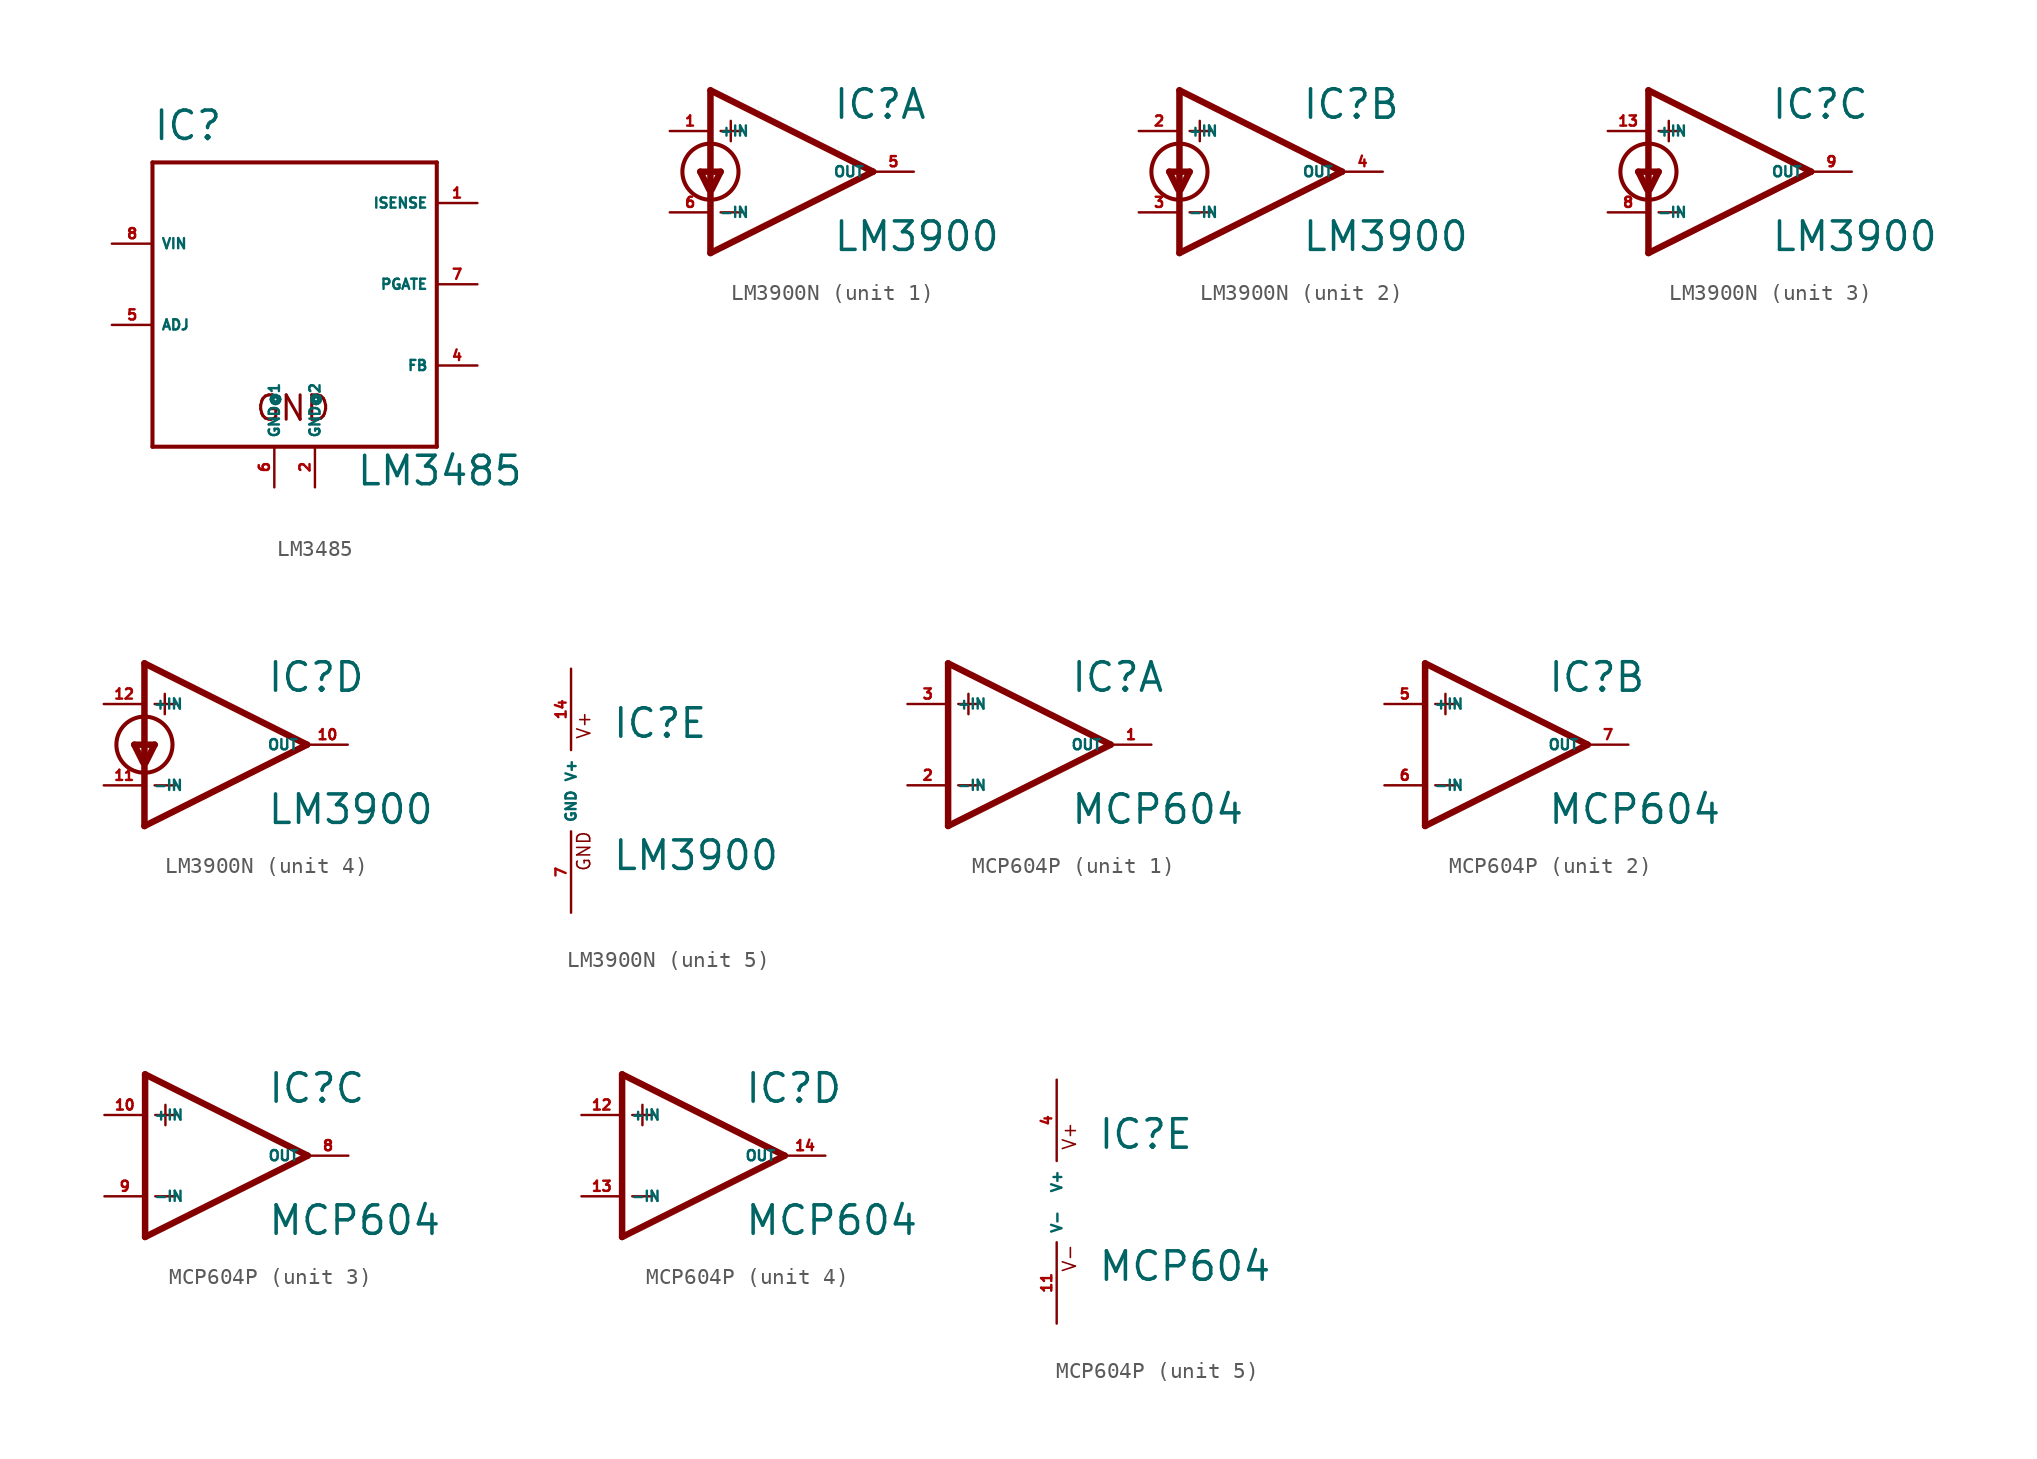
<source format=kicad_sym>
(kicad_symbol_lib
  (version 20220914)
  (generator Eagle2Kicad)
  (symbol "LM3485"
    (property "Reference" "IC"
      (at -7.62 8.89 0)
      (effects (font (size 1.778 1.778) (thickness 0.22)) (justify left bottom)))
    (property "Value" "LM3485"
      (at 5.08 -12.7 0)
      (effects (font (size 1.778 1.778) (thickness 0.22)) (justify left bottom)))
    (polyline
      (pts (xy -7.62 -10.16) (xy 10.16 -10.16))
      (stroke (width 0.254) (type default))
      (fill (type none)))
    (polyline
      (pts (xy 10.16 -10.16) (xy 10.16 7.62))
      (stroke (width 0.254) (type default))
      (fill (type none)))
    (polyline
      (pts (xy 10.16 7.62) (xy -7.62 7.62))
      (stroke (width 0.254) (type default))
      (fill (type none)))
    (polyline
      (pts (xy -7.62 7.62) (xy -7.62 -10.16))
      (stroke (width 0.254) (type default))
      (fill (type none)))
    (text "GND"
      (at -1.27 -8.636 0)
      (effects (font (size 1.524 1.524) (thickness 0.19)) (justify left bottom)))
    (pin input line
      (at 12.7 5.08 180)
      (length 2.54)
      (name "ISENSE" (effects (font (size 0.635 0.635) (thickness 0.08)) (justify left bottom)))
      (number "1" (effects (font (size 0.635 0.635) (thickness 0.08)) (justify left bottom))))
    (pin input line
      (at -10.16 -2.54 0)
      (length 2.54)
      (name "ADJ" (effects (font (size 0.635 0.635) (thickness 0.08)) (justify left bottom)))
      (number "5" (effects (font (size 0.635 0.635) (thickness 0.08)) (justify left bottom))))
    (pin input line
      (at -10.16 2.54 0)
      (length 2.54)
      (name "VIN" (effects (font (size 0.635 0.635) (thickness 0.08)) (justify left bottom)))
      (number "8" (effects (font (size 0.635 0.635) (thickness 0.08)) (justify left bottom))))
    (pin output line
      (at 12.7 0 180)
      (length 2.54)
      (name "PGATE" (effects (font (size 0.635 0.635) (thickness 0.08)) (justify left bottom)))
      (number "7" (effects (font (size 0.635 0.635) (thickness 0.08)) (justify left bottom))))
    (pin input line
      (at 12.7 -5.08 180)
      (length 2.54)
      (name "FB" (effects (font (size 0.635 0.635) (thickness 0.08)) (justify left bottom)))
      (number "4" (effects (font (size 0.635 0.635) (thickness 0.08)) (justify left bottom))))
    (pin unspecified line
      (at 0 -12.7 90)
      (length 2.54)
      (name "GND@1" (effects (font (size 0.635 0.635) (thickness 0.08)) (justify left bottom)))
      (number "6" (effects (font (size 0.635 0.635) (thickness 0.08)) (justify left bottom))))
    (pin unspecified line
      (at 2.54 -12.7 90)
      (length 2.54)
      (name "GND@2" (effects (font (size 0.635 0.635) (thickness 0.08)) (justify left bottom)))
      (number "2" (effects (font (size 0.635 0.635) (thickness 0.08)) (justify left bottom)))))
  (symbol "LM3900N"
    (property "Reference" "IC"
      (at 2.54 3.175 0)
      (effects (font (size 1.778 1.778) (thickness 0.22)) (justify left bottom)))
    (property "Value" "LM3900"
      (at 2.54 -5.08 0)
      (effects (font (size 1.778 1.778) (thickness 0.22)) (justify left bottom)))
    (symbol "LM3900N_1_0"
      (polyline (pts (xy -5.08 5.08) (xy -5.08 -5.08)) (stroke (width 0.406) (type default)) (fill (type none)))
      (polyline (pts (xy -5.08 -5.08) (xy 5.08 0)) (stroke (width 0.406) (type default)) (fill (type none)))
      (polyline (pts (xy 5.08 0) (xy -5.08 5.08)) (stroke (width 0.406) (type default)) (fill (type none)))
      (polyline (pts (xy -3.81 3.175) (xy -3.81 1.905)) (stroke (width 0.152) (type default)) (fill (type none)))
      (polyline (pts (xy -4.445 2.54) (xy -3.175 2.54)) (stroke (width 0.152) (type default)) (fill (type none)))
      (polyline (pts (xy -4.445 -2.54) (xy -3.175 -2.54)) (stroke (width 0.152) (type default)) (fill (type none)))
      (polyline (pts (xy -4.445 0) (xy -5.004 -1.118)) (stroke (width 0.406) (type default)) (fill (type none)))
      (polyline (pts (xy -5.715 0) (xy -5.156 -1.118)) (stroke (width 0.406) (type default)) (fill (type none)))
      (polyline (pts (xy -5.715 0) (xy -4.445 0)) (stroke (width 0.406) (type default)) (fill (type none)))
      (circle (center -5.08 0) (radius 1.753) (stroke (width 0.254) (type default)) (fill (type none)))
      (pin input line (at -7.62 2.54 0) (length 2.54) (name "+IN" (effects (font (size 0.635 0.635) (thickness 0.08)) (justify left bottom))) (number "1" (effects (font (size 0.635 0.635) (thickness 0.08)) (justify left bottom))))
      (pin output line (at 7.62 0 180) (length 2.54) (name "OUT" (effects (font (size 0.635 0.635) (thickness 0.08)) (justify left bottom))) (number "5" (effects (font (size 0.635 0.635) (thickness 0.08)) (justify left bottom))))
      (pin input line (at -7.62 -2.54 0) (length 2.54) (name "-IN" (effects (font (size 0.635 0.635) (thickness 0.08)) (justify left bottom))) (number "6" (effects (font (size 0.635 0.635) (thickness 0.08)) (justify left bottom)))))
    (symbol "LM3900N_2_0"
      (polyline (pts (xy -5.08 5.08) (xy -5.08 -5.08)) (stroke (width 0.406) (type default)) (fill (type none)))
      (polyline (pts (xy -5.08 -5.08) (xy 5.08 0)) (stroke (width 0.406) (type default)) (fill (type none)))
      (polyline (pts (xy 5.08 0) (xy -5.08 5.08)) (stroke (width 0.406) (type default)) (fill (type none)))
      (polyline (pts (xy -3.81 3.175) (xy -3.81 1.905)) (stroke (width 0.152) (type default)) (fill (type none)))
      (polyline (pts (xy -4.445 2.54) (xy -3.175 2.54)) (stroke (width 0.152) (type default)) (fill (type none)))
      (polyline (pts (xy -4.445 -2.54) (xy -3.175 -2.54)) (stroke (width 0.152) (type default)) (fill (type none)))
      (polyline (pts (xy -4.445 0) (xy -5.004 -1.118)) (stroke (width 0.406) (type default)) (fill (type none)))
      (polyline (pts (xy -5.715 0) (xy -5.156 -1.118)) (stroke (width 0.406) (type default)) (fill (type none)))
      (polyline (pts (xy -5.715 0) (xy -4.445 0)) (stroke (width 0.406) (type default)) (fill (type none)))
      (circle (center -5.08 0) (radius 1.753) (stroke (width 0.254) (type default)) (fill (type none)))
      (pin input line (at -7.62 2.54 0) (length 2.54) (name "+IN" (effects (font (size 0.635 0.635) (thickness 0.08)) (justify left bottom))) (number "2" (effects (font (size 0.635 0.635) (thickness 0.08)) (justify left bottom))))
      (pin output line (at 7.62 0 180) (length 2.54) (name "OUT" (effects (font (size 0.635 0.635) (thickness 0.08)) (justify left bottom))) (number "4" (effects (font (size 0.635 0.635) (thickness 0.08)) (justify left bottom))))
      (pin input line (at -7.62 -2.54 0) (length 2.54) (name "-IN" (effects (font (size 0.635 0.635) (thickness 0.08)) (justify left bottom))) (number "3" (effects (font (size 0.635 0.635) (thickness 0.08)) (justify left bottom)))))
    (symbol "LM3900N_3_0"
      (polyline (pts (xy -5.08 5.08) (xy -5.08 -5.08)) (stroke (width 0.406) (type default)) (fill (type none)))
      (polyline (pts (xy -5.08 -5.08) (xy 5.08 0)) (stroke (width 0.406) (type default)) (fill (type none)))
      (polyline (pts (xy 5.08 0) (xy -5.08 5.08)) (stroke (width 0.406) (type default)) (fill (type none)))
      (polyline (pts (xy -3.81 3.175) (xy -3.81 1.905)) (stroke (width 0.152) (type default)) (fill (type none)))
      (polyline (pts (xy -4.445 2.54) (xy -3.175 2.54)) (stroke (width 0.152) (type default)) (fill (type none)))
      (polyline (pts (xy -4.445 -2.54) (xy -3.175 -2.54)) (stroke (width 0.152) (type default)) (fill (type none)))
      (polyline (pts (xy -4.445 0) (xy -5.004 -1.118)) (stroke (width 0.406) (type default)) (fill (type none)))
      (polyline (pts (xy -5.715 0) (xy -5.156 -1.118)) (stroke (width 0.406) (type default)) (fill (type none)))
      (polyline (pts (xy -5.715 0) (xy -4.445 0)) (stroke (width 0.406) (type default)) (fill (type none)))
      (circle (center -5.08 0) (radius 1.753) (stroke (width 0.254) (type default)) (fill (type none)))
      (pin input line (at -7.62 2.54 0) (length 2.54) (name "+IN" (effects (font (size 0.635 0.635) (thickness 0.08)) (justify left bottom))) (number "13" (effects (font (size 0.635 0.635) (thickness 0.08)) (justify left bottom))))
      (pin output line (at 7.62 0 180) (length 2.54) (name "OUT" (effects (font (size 0.635 0.635) (thickness 0.08)) (justify left bottom))) (number "9" (effects (font (size 0.635 0.635) (thickness 0.08)) (justify left bottom))))
      (pin input line (at -7.62 -2.54 0) (length 2.54) (name "-IN" (effects (font (size 0.635 0.635) (thickness 0.08)) (justify left bottom))) (number "8" (effects (font (size 0.635 0.635) (thickness 0.08)) (justify left bottom)))))
    (symbol "LM3900N_4_0"
      (polyline (pts (xy -5.08 5.08) (xy -5.08 -5.08)) (stroke (width 0.406) (type default)) (fill (type none)))
      (polyline (pts (xy -5.08 -5.08) (xy 5.08 0)) (stroke (width 0.406) (type default)) (fill (type none)))
      (polyline (pts (xy 5.08 0) (xy -5.08 5.08)) (stroke (width 0.406) (type default)) (fill (type none)))
      (polyline (pts (xy -3.81 3.175) (xy -3.81 1.905)) (stroke (width 0.152) (type default)) (fill (type none)))
      (polyline (pts (xy -4.445 2.54) (xy -3.175 2.54)) (stroke (width 0.152) (type default)) (fill (type none)))
      (polyline (pts (xy -4.445 -2.54) (xy -3.175 -2.54)) (stroke (width 0.152) (type default)) (fill (type none)))
      (polyline (pts (xy -4.445 0) (xy -5.004 -1.118)) (stroke (width 0.406) (type default)) (fill (type none)))
      (polyline (pts (xy -5.715 0) (xy -5.156 -1.118)) (stroke (width 0.406) (type default)) (fill (type none)))
      (polyline (pts (xy -5.715 0) (xy -4.445 0)) (stroke (width 0.406) (type default)) (fill (type none)))
      (circle (center -5.08 0) (radius 1.753) (stroke (width 0.254) (type default)) (fill (type none)))
      (pin input line (at -7.62 2.54 0) (length 2.54) (name "+IN" (effects (font (size 0.635 0.635) (thickness 0.08)) (justify left bottom))) (number "12" (effects (font (size 0.635 0.635) (thickness 0.08)) (justify left bottom))))
      (pin output line (at 7.62 0 180) (length 2.54) (name "OUT" (effects (font (size 0.635 0.635) (thickness 0.08)) (justify left bottom))) (number "10" (effects (font (size 0.635 0.635) (thickness 0.08)) (justify left bottom))))
      (pin input line (at -7.62 -2.54 0) (length 2.54) (name "-IN" (effects (font (size 0.635 0.635) (thickness 0.08)) (justify left bottom))) (number "11" (effects (font (size 0.635 0.635) (thickness 0.08)) (justify left bottom)))))
    (symbol "LM3900N_5_0"
      (text "V+" (at 1.27 3.175 900) (effects (font (size 0.813 0.813) (thickness 0.10)) (justify left bottom)))
      (text "GND" (at 1.27 -5.08 900) (effects (font (size 0.813 0.813) (thickness 0.10)) (justify left bottom)))
      (pin unspecified line (at 0 7.62 270) (length 5.08) (name "V+" (effects (font (size 0.635 0.635) (thickness 0.08)) (justify left bottom))) (number "14" (effects (font (size 0.635 0.635) (thickness 0.08)) (justify left bottom))))
      (pin unspecified line (at 0 -7.62 90) (length 5.08) (name "GND" (effects (font (size 0.635 0.635) (thickness 0.08)) (justify left bottom))) (number "7" (effects (font (size 0.635 0.635) (thickness 0.08)) (justify left bottom))))))
  (symbol "MCP604P"
    (property "Reference" "IC"
      (at 2.54 3.175 0)
      (effects (font (size 1.778 1.778) (thickness 0.22)) (justify left bottom)))
    (property "Value" "MCP604"
      (at 2.54 -5.08 0)
      (effects (font (size 1.778 1.778) (thickness 0.22)) (justify left bottom)))
    (symbol "MCP604P_1_0"
      (polyline (pts (xy -5.08 5.08) (xy -5.08 -5.08)) (stroke (width 0.406) (type default)) (fill (type none)))
      (polyline (pts (xy -5.08 -5.08) (xy 5.08 0)) (stroke (width 0.406) (type default)) (fill (type none)))
      (polyline (pts (xy 5.08 0) (xy -5.08 5.08)) (stroke (width 0.406) (type default)) (fill (type none)))
      (polyline (pts (xy -3.81 3.175) (xy -3.81 1.905)) (stroke (width 0.152) (type default)) (fill (type none)))
      (polyline (pts (xy -4.445 2.54) (xy -3.175 2.54)) (stroke (width 0.152) (type default)) (fill (type none)))
      (polyline (pts (xy -4.445 -2.54) (xy -3.175 -2.54)) (stroke (width 0.152) (type default)) (fill (type none)))
      (pin input line (at -7.62 -2.54 0) (length 2.54) (name "-IN" (effects (font (size 0.635 0.635) (thickness 0.08)) (justify left bottom))) (number "2" (effects (font (size 0.635 0.635) (thickness 0.08)) (justify left bottom))))
      (pin input line (at -7.62 2.54 0) (length 2.54) (name "+IN" (effects (font (size 0.635 0.635) (thickness 0.08)) (justify left bottom))) (number "3" (effects (font (size 0.635 0.635) (thickness 0.08)) (justify left bottom))))
      (pin output line (at 7.62 0 180) (length 2.54) (name "OUT" (effects (font (size 0.635 0.635) (thickness 0.08)) (justify left bottom))) (number "1" (effects (font (size 0.635 0.635) (thickness 0.08)) (justify left bottom)))))
    (symbol "MCP604P_2_0"
      (polyline (pts (xy -5.08 5.08) (xy -5.08 -5.08)) (stroke (width 0.406) (type default)) (fill (type none)))
      (polyline (pts (xy -5.08 -5.08) (xy 5.08 0)) (stroke (width 0.406) (type default)) (fill (type none)))
      (polyline (pts (xy 5.08 0) (xy -5.08 5.08)) (stroke (width 0.406) (type default)) (fill (type none)))
      (polyline (pts (xy -3.81 3.175) (xy -3.81 1.905)) (stroke (width 0.152) (type default)) (fill (type none)))
      (polyline (pts (xy -4.445 2.54) (xy -3.175 2.54)) (stroke (width 0.152) (type default)) (fill (type none)))
      (polyline (pts (xy -4.445 -2.54) (xy -3.175 -2.54)) (stroke (width 0.152) (type default)) (fill (type none)))
      (pin input line (at -7.62 -2.54 0) (length 2.54) (name "-IN" (effects (font (size 0.635 0.635) (thickness 0.08)) (justify left bottom))) (number "6" (effects (font (size 0.635 0.635) (thickness 0.08)) (justify left bottom))))
      (pin input line (at -7.62 2.54 0) (length 2.54) (name "+IN" (effects (font (size 0.635 0.635) (thickness 0.08)) (justify left bottom))) (number "5" (effects (font (size 0.635 0.635) (thickness 0.08)) (justify left bottom))))
      (pin output line (at 7.62 0 180) (length 2.54) (name "OUT" (effects (font (size 0.635 0.635) (thickness 0.08)) (justify left bottom))) (number "7" (effects (font (size 0.635 0.635) (thickness 0.08)) (justify left bottom)))))
    (symbol "MCP604P_3_0"
      (polyline (pts (xy -5.08 5.08) (xy -5.08 -5.08)) (stroke (width 0.406) (type default)) (fill (type none)))
      (polyline (pts (xy -5.08 -5.08) (xy 5.08 0)) (stroke (width 0.406) (type default)) (fill (type none)))
      (polyline (pts (xy 5.08 0) (xy -5.08 5.08)) (stroke (width 0.406) (type default)) (fill (type none)))
      (polyline (pts (xy -3.81 3.175) (xy -3.81 1.905)) (stroke (width 0.152) (type default)) (fill (type none)))
      (polyline (pts (xy -4.445 2.54) (xy -3.175 2.54)) (stroke (width 0.152) (type default)) (fill (type none)))
      (polyline (pts (xy -4.445 -2.54) (xy -3.175 -2.54)) (stroke (width 0.152) (type default)) (fill (type none)))
      (pin input line (at -7.62 -2.54 0) (length 2.54) (name "-IN" (effects (font (size 0.635 0.635) (thickness 0.08)) (justify left bottom))) (number "9" (effects (font (size 0.635 0.635) (thickness 0.08)) (justify left bottom))))
      (pin input line (at -7.62 2.54 0) (length 2.54) (name "+IN" (effects (font (size 0.635 0.635) (thickness 0.08)) (justify left bottom))) (number "10" (effects (font (size 0.635 0.635) (thickness 0.08)) (justify left bottom))))
      (pin output line (at 7.62 0 180) (length 2.54) (name "OUT" (effects (font (size 0.635 0.635) (thickness 0.08)) (justify left bottom))) (number "8" (effects (font (size 0.635 0.635) (thickness 0.08)) (justify left bottom)))))
    (symbol "MCP604P_4_0"
      (polyline (pts (xy -5.08 5.08) (xy -5.08 -5.08)) (stroke (width 0.406) (type default)) (fill (type none)))
      (polyline (pts (xy -5.08 -5.08) (xy 5.08 0)) (stroke (width 0.406) (type default)) (fill (type none)))
      (polyline (pts (xy 5.08 0) (xy -5.08 5.08)) (stroke (width 0.406) (type default)) (fill (type none)))
      (polyline (pts (xy -3.81 3.175) (xy -3.81 1.905)) (stroke (width 0.152) (type default)) (fill (type none)))
      (polyline (pts (xy -4.445 2.54) (xy -3.175 2.54)) (stroke (width 0.152) (type default)) (fill (type none)))
      (polyline (pts (xy -4.445 -2.54) (xy -3.175 -2.54)) (stroke (width 0.152) (type default)) (fill (type none)))
      (pin input line (at -7.62 -2.54 0) (length 2.54) (name "-IN" (effects (font (size 0.635 0.635) (thickness 0.08)) (justify left bottom))) (number "13" (effects (font (size 0.635 0.635) (thickness 0.08)) (justify left bottom))))
      (pin input line (at -7.62 2.54 0) (length 2.54) (name "+IN" (effects (font (size 0.635 0.635) (thickness 0.08)) (justify left bottom))) (number "12" (effects (font (size 0.635 0.635) (thickness 0.08)) (justify left bottom))))
      (pin output line (at 7.62 0 180) (length 2.54) (name "OUT" (effects (font (size 0.635 0.635) (thickness 0.08)) (justify left bottom))) (number "14" (effects (font (size 0.635 0.635) (thickness 0.08)) (justify left bottom)))))
    (symbol "MCP604P_5_0"
      (text "V+" (at 1.27 3.175 900) (effects (font (size 0.813 0.813) (thickness 0.10)) (justify left bottom)))
      (text "V-" (at 1.27 -4.445 900) (effects (font (size 0.813 0.813) (thickness 0.10)) (justify left bottom)))
      (pin unspecified line (at 0 7.62 270) (length 5.08) (name "V+" (effects (font (size 0.635 0.635) (thickness 0.08)) (justify left bottom))) (number "4" (effects (font (size 0.635 0.635) (thickness 0.08)) (justify left bottom))))
      (pin unspecified line (at 0 -7.62 90) (length 5.08) (name "V-" (effects (font (size 0.635 0.635) (thickness 0.08)) (justify left bottom))) (number "11" (effects (font (size 0.635 0.635) (thickness 0.08)) (justify left bottom)))))))
</source>
